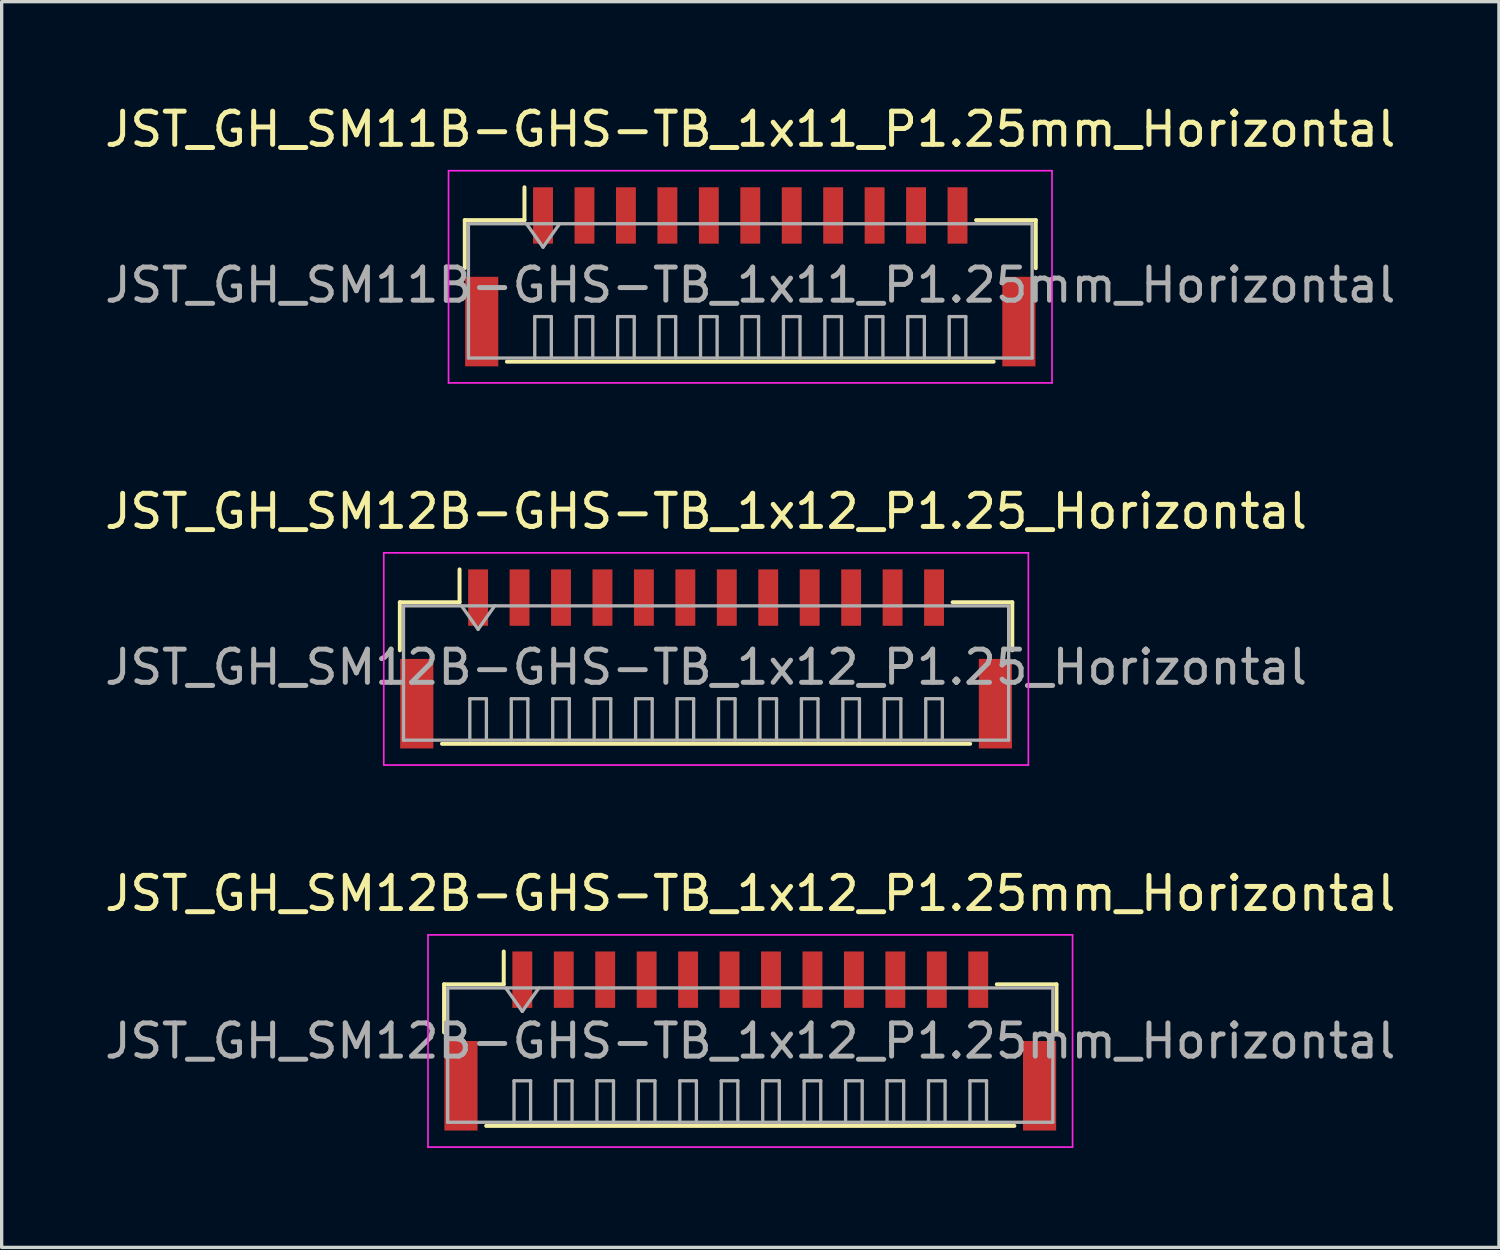
<source format=kicad_pcb>
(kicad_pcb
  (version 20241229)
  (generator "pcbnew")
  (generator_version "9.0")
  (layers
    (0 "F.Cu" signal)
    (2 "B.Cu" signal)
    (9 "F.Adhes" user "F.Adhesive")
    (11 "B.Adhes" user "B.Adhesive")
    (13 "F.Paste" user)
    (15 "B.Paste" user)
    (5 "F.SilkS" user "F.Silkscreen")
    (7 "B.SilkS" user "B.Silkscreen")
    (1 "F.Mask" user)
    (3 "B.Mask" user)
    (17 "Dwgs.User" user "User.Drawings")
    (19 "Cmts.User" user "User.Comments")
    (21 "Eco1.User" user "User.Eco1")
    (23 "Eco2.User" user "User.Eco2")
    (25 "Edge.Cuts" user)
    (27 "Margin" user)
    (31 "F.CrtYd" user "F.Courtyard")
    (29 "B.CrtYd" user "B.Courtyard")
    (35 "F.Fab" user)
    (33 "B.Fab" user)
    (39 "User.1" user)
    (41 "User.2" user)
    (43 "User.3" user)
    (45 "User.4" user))
  (footprint "JST_GH_SM11B-GHS-TB_1x11_P1.25mm_Horizontal"
    (layer "F.Cu")
    (at 19.577 5.048)
    (property "Reference" "JST_GH_SM11B-GHS-TB_1x11_P1.25mm_Horizontal" (at 0 -4.2 0) (layer "F.SilkS") (effects (font (size 1 1) (thickness 0.15))))
    (attr smd)
    (fp_line (start -8.61 -1.46) (end -6.81 -1.46) (stroke (width 0.12) (type solid)) (layer "F.SilkS"))
    (fp_line (start -8.61 -0.01) (end -8.61 -1.46) (stroke (width 0.12) (type solid)) (layer "F.SilkS"))
    (fp_line (start -7.34 2.81) (end 7.34 2.81) (stroke (width 0.12) (type solid)) (layer "F.SilkS"))
    (fp_line (start -6.81 -1.46) (end -6.81 -2.45) (stroke (width 0.12) (type solid)) (layer "F.SilkS"))
    (fp_line (start 8.61 -1.46) (end 6.81 -1.46) (stroke (width 0.12) (type solid)) (layer "F.SilkS"))
    (fp_line (start 8.61 -0.01) (end 8.61 -1.46) (stroke (width 0.12) (type solid)) (layer "F.SilkS"))
    (fp_line (start -9.1 -2.95) (end -9.1 3.45) (stroke (width 0.05) (type solid)) (layer "F.CrtYd"))
    (fp_line (start -9.1 3.45) (end 9.1 3.45) (stroke (width 0.05) (type solid)) (layer "F.CrtYd"))
    (fp_line (start 9.1 -2.95) (end -9.1 -2.95) (stroke (width 0.05) (type solid)) (layer "F.CrtYd"))
    (fp_line (start 9.1 3.45) (end 9.1 -2.95) (stroke (width 0.05) (type solid)) (layer "F.CrtYd"))
    (fp_line (start -8.5 -1.35) (end -8.5 2.7) (stroke (width 0.1) (type solid)) (layer "F.Fab"))
    (fp_line (start -8.5 2.7) (end 8.5 2.7) (stroke (width 0.1) (type solid)) (layer "F.Fab"))
    (fp_line (start -6.75 -1.35) (end -6.25 -0.643) (stroke (width 0.1) (type solid)) (layer "F.Fab"))
    (fp_line (start -6.5 1.45) (end -6 1.45) (stroke (width 0.1) (type solid)) (layer "F.Fab"))
    (fp_line (start -6.5 2.7) (end -6.5 1.45) (stroke (width 0.1) (type solid)) (layer "F.Fab"))
    (fp_line (start -6.25 -0.643) (end -5.75 -1.35) (stroke (width 0.1) (type solid)) (layer "F.Fab"))
    (fp_line (start -6 1.45) (end -6 2.7) (stroke (width 0.1) (type solid)) (layer "F.Fab"))
    (fp_line (start -5.25 1.45) (end -4.75 1.45) (stroke (width 0.1) (type solid)) (layer "F.Fab"))
    (fp_line (start -5.25 2.7) (end -5.25 1.45) (stroke (width 0.1) (type solid)) (layer "F.Fab"))
    (fp_line (start -4.75 1.45) (end -4.75 2.7) (stroke (width 0.1) (type solid)) (layer "F.Fab"))
    (fp_line (start -4 1.45) (end -3.5 1.45) (stroke (width 0.1) (type solid)) (layer "F.Fab"))
    (fp_line (start -4 2.7) (end -4 1.45) (stroke (width 0.1) (type solid)) (layer "F.Fab"))
    (fp_line (start -3.5 1.45) (end -3.5 2.7) (stroke (width 0.1) (type solid)) (layer "F.Fab"))
    (fp_line (start -2.75 1.45) (end -2.25 1.45) (stroke (width 0.1) (type solid)) (layer "F.Fab"))
    (fp_line (start -2.75 2.7) (end -2.75 1.45) (stroke (width 0.1) (type solid)) (layer "F.Fab"))
    (fp_line (start -2.25 1.45) (end -2.25 2.7) (stroke (width 0.1) (type solid)) (layer "F.Fab"))
    (fp_line (start -1.5 1.45) (end -1 1.45) (stroke (width 0.1) (type solid)) (layer "F.Fab"))
    (fp_line (start -1.5 2.7) (end -1.5 1.45) (stroke (width 0.1) (type solid)) (layer "F.Fab"))
    (fp_line (start -1 1.45) (end -1 2.7) (stroke (width 0.1) (type solid)) (layer "F.Fab"))
    (fp_line (start -0.25 1.45) (end 0.25 1.45) (stroke (width 0.1) (type solid)) (layer "F.Fab"))
    (fp_line (start -0.25 2.7) (end -0.25 1.45) (stroke (width 0.1) (type solid)) (layer "F.Fab"))
    (fp_line (start 0.25 1.45) (end 0.25 2.7) (stroke (width 0.1) (type solid)) (layer "F.Fab"))
    (fp_line (start 1 1.45) (end 1.5 1.45) (stroke (width 0.1) (type solid)) (layer "F.Fab"))
    (fp_line (start 1 2.7) (end 1 1.45) (stroke (width 0.1) (type solid)) (layer "F.Fab"))
    (fp_line (start 1.5 1.45) (end 1.5 2.7) (stroke (width 0.1) (type solid)) (layer "F.Fab"))
    (fp_line (start 2.25 1.45) (end 2.75 1.45) (stroke (width 0.1) (type solid)) (layer "F.Fab"))
    (fp_line (start 2.25 2.7) (end 2.25 1.45) (stroke (width 0.1) (type solid)) (layer "F.Fab"))
    (fp_line (start 2.75 1.45) (end 2.75 2.7) (stroke (width 0.1) (type solid)) (layer "F.Fab"))
    (fp_line (start 3.5 1.45) (end 4 1.45) (stroke (width 0.1) (type solid)) (layer "F.Fab"))
    (fp_line (start 3.5 2.7) (end 3.5 1.45) (stroke (width 0.1) (type solid)) (layer "F.Fab"))
    (fp_line (start 4 1.45) (end 4 2.7) (stroke (width 0.1) (type solid)) (layer "F.Fab"))
    (fp_line (start 4.75 1.45) (end 5.25 1.45) (stroke (width 0.1) (type solid)) (layer "F.Fab"))
    (fp_line (start 4.75 2.7) (end 4.75 1.45) (stroke (width 0.1) (type solid)) (layer "F.Fab"))
    (fp_line (start 5.25 1.45) (end 5.25 2.7) (stroke (width 0.1) (type solid)) (layer "F.Fab"))
    (fp_line (start 6 1.45) (end 6.5 1.45) (stroke (width 0.1) (type solid)) (layer "F.Fab"))
    (fp_line (start 6 2.7) (end 6 1.45) (stroke (width 0.1) (type solid)) (layer "F.Fab"))
    (fp_line (start 6.5 1.45) (end 6.5 2.7) (stroke (width 0.1) (type solid)) (layer "F.Fab"))
    (fp_line (start 8.5 -1.35) (end -8.5 -1.35) (stroke (width 0.1) (type solid)) (layer "F.Fab"))
    (fp_line (start 8.5 2.7) (end 8.5 -1.35) (stroke (width 0.1) (type solid)) (layer "F.Fab"))
    (fp_text user "${REFERENCE}" (at 0 0.5 0) (layer "F.Fab") (effects (font (size 1 1) (thickness 0.15))))
    (pad "" smd rect (at -8.1 1.6) (size 1 2.7) (layers "F.Cu" "F.Mask" "F.Paste"))
    (pad "" smd rect (at 8.1 1.6) (size 1 2.7) (layers "F.Cu" "F.Mask" "F.Paste"))
    (pad "1" smd rect (at -6.25 -1.6) (size 0.6 1.7) (layers "F.Cu" "F.Mask" "F.Paste"))
    (pad "2" smd rect (at -5 -1.6) (size 0.6 1.7) (layers "F.Cu" "F.Mask" "F.Paste"))
    (pad "3" smd rect (at -3.75 -1.6) (size 0.6 1.7) (layers "F.Cu" "F.Mask" "F.Paste"))
    (pad "4" smd rect (at -2.5 -1.6) (size 0.6 1.7) (layers "F.Cu" "F.Mask" "F.Paste"))
    (pad "5" smd rect (at -1.25 -1.6) (size 0.6 1.7) (layers "F.Cu" "F.Mask" "F.Paste"))
    (pad "6" smd rect (at 0 -1.6) (size 0.6 1.7) (layers "F.Cu" "F.Mask" "F.Paste"))
    (pad "7" smd rect (at 1.25 -1.6) (size 0.6 1.7) (layers "F.Cu" "F.Mask" "F.Paste"))
    (pad "8" smd rect (at 2.5 -1.6) (size 0.6 1.7) (layers "F.Cu" "F.Mask" "F.Paste"))
    (pad "9" smd rect (at 3.75 -1.6) (size 0.6 1.7) (layers "F.Cu" "F.Mask" "F.Paste"))
    (pad "10" smd rect (at 5 -1.6) (size 0.6 1.7) (layers "F.Cu" "F.Mask" "F.Paste"))
    (pad "11" smd rect (at 6.25 -1.6) (size 0.6 1.7) (layers "F.Cu" "F.Mask" "F.Paste")))
  (footprint "JST_GH_SM12B-GHS-TB_1x12_P1.25_Horizontal"
    (layer "F.Cu")
    (at 18.244 16.572)
    (property "Reference" "JST_GH_SM12B-GHS-TB_1x12_P1.25_Horizontal" (at 0 -4.2 0) (layer "F.SilkS") (effects (font (size 1 1) (thickness 0.15))))
    (attr smd)
    (fp_line (start -9.235 -1.46) (end -7.435 -1.46) (stroke (width 0.12) (type solid)) (layer "F.SilkS"))
    (fp_line (start -9.235 -0.01) (end -9.235 -1.46) (stroke (width 0.12) (type solid)) (layer "F.SilkS"))
    (fp_line (start -7.965 2.81) (end 7.965 2.81) (stroke (width 0.12) (type solid)) (layer "F.SilkS"))
    (fp_line (start -7.435 -1.46) (end -7.435 -2.45) (stroke (width 0.12) (type solid)) (layer "F.SilkS"))
    (fp_line (start 9.235 -1.46) (end 7.435 -1.46) (stroke (width 0.12) (type solid)) (layer "F.SilkS"))
    (fp_line (start 9.235 -0.01) (end 9.235 -1.46) (stroke (width 0.12) (type solid)) (layer "F.SilkS"))
    (fp_line (start -9.72 -2.95) (end -9.72 3.45) (stroke (width 0.05) (type solid)) (layer "F.CrtYd"))
    (fp_line (start -9.72 3.45) (end 9.72 3.45) (stroke (width 0.05) (type solid)) (layer "F.CrtYd"))
    (fp_line (start 9.72 -2.95) (end -9.72 -2.95) (stroke (width 0.05) (type solid)) (layer "F.CrtYd"))
    (fp_line (start 9.72 3.45) (end 9.72 -2.95) (stroke (width 0.05) (type solid)) (layer "F.CrtYd"))
    (fp_line (start -9.125 -1.35) (end -9.125 2.7) (stroke (width 0.1) (type solid)) (layer "F.Fab"))
    (fp_line (start -9.125 2.7) (end 9.125 2.7) (stroke (width 0.1) (type solid)) (layer "F.Fab"))
    (fp_line (start -7.375 -1.35) (end -6.875 -0.643) (stroke (width 0.1) (type solid)) (layer "F.Fab"))
    (fp_line (start -7.125 1.45) (end -6.625 1.45) (stroke (width 0.1) (type solid)) (layer "F.Fab"))
    (fp_line (start -7.125 2.7) (end -7.125 1.45) (stroke (width 0.1) (type solid)) (layer "F.Fab"))
    (fp_line (start -6.875 -0.643) (end -6.375 -1.35) (stroke (width 0.1) (type solid)) (layer "F.Fab"))
    (fp_line (start -6.625 1.45) (end -6.625 2.7) (stroke (width 0.1) (type solid)) (layer "F.Fab"))
    (fp_line (start -5.875 1.45) (end -5.375 1.45) (stroke (width 0.1) (type solid)) (layer "F.Fab"))
    (fp_line (start -5.875 2.7) (end -5.875 1.45) (stroke (width 0.1) (type solid)) (layer "F.Fab"))
    (fp_line (start -5.375 1.45) (end -5.375 2.7) (stroke (width 0.1) (type solid)) (layer "F.Fab"))
    (fp_line (start -4.625 1.45) (end -4.125 1.45) (stroke (width 0.1) (type solid)) (layer "F.Fab"))
    (fp_line (start -4.625 2.7) (end -4.625 1.45) (stroke (width 0.1) (type solid)) (layer "F.Fab"))
    (fp_line (start -4.125 1.45) (end -4.125 2.7) (stroke (width 0.1) (type solid)) (layer "F.Fab"))
    (fp_line (start -3.375 1.45) (end -2.875 1.45) (stroke (width 0.1) (type solid)) (layer "F.Fab"))
    (fp_line (start -3.375 2.7) (end -3.375 1.45) (stroke (width 0.1) (type solid)) (layer "F.Fab"))
    (fp_line (start -2.875 1.45) (end -2.875 2.7) (stroke (width 0.1) (type solid)) (layer "F.Fab"))
    (fp_line (start -2.125 1.45) (end -1.625 1.45) (stroke (width 0.1) (type solid)) (layer "F.Fab"))
    (fp_line (start -2.125 2.7) (end -2.125 1.45) (stroke (width 0.1) (type solid)) (layer "F.Fab"))
    (fp_line (start -1.625 1.45) (end -1.625 2.7) (stroke (width 0.1) (type solid)) (layer "F.Fab"))
    (fp_line (start -0.875 1.45) (end -0.375 1.45) (stroke (width 0.1) (type solid)) (layer "F.Fab"))
    (fp_line (start -0.875 2.7) (end -0.875 1.45) (stroke (width 0.1) (type solid)) (layer "F.Fab"))
    (fp_line (start -0.375 1.45) (end -0.375 2.7) (stroke (width 0.1) (type solid)) (layer "F.Fab"))
    (fp_line (start 0.375 1.45) (end 0.875 1.45) (stroke (width 0.1) (type solid)) (layer "F.Fab"))
    (fp_line (start 0.375 2.7) (end 0.375 1.45) (stroke (width 0.1) (type solid)) (layer "F.Fab"))
    (fp_line (start 0.875 1.45) (end 0.875 2.7) (stroke (width 0.1) (type solid)) (layer "F.Fab"))
    (fp_line (start 1.625 1.45) (end 2.125 1.45) (stroke (width 0.1) (type solid)) (layer "F.Fab"))
    (fp_line (start 1.625 2.7) (end 1.625 1.45) (stroke (width 0.1) (type solid)) (layer "F.Fab"))
    (fp_line (start 2.125 1.45) (end 2.125 2.7) (stroke (width 0.1) (type solid)) (layer "F.Fab"))
    (fp_line (start 2.875 1.45) (end 3.375 1.45) (stroke (width 0.1) (type solid)) (layer "F.Fab"))
    (fp_line (start 2.875 2.7) (end 2.875 1.45) (stroke (width 0.1) (type solid)) (layer "F.Fab"))
    (fp_line (start 3.375 1.45) (end 3.375 2.7) (stroke (width 0.1) (type solid)) (layer "F.Fab"))
    (fp_line (start 4.125 1.45) (end 4.625 1.45) (stroke (width 0.1) (type solid)) (layer "F.Fab"))
    (fp_line (start 4.125 2.7) (end 4.125 1.45) (stroke (width 0.1) (type solid)) (layer "F.Fab"))
    (fp_line (start 4.625 1.45) (end 4.625 2.7) (stroke (width 0.1) (type solid)) (layer "F.Fab"))
    (fp_line (start 5.375 1.45) (end 5.875 1.45) (stroke (width 0.1) (type solid)) (layer "F.Fab"))
    (fp_line (start 5.375 2.7) (end 5.375 1.45) (stroke (width 0.1) (type solid)) (layer "F.Fab"))
    (fp_line (start 5.875 1.45) (end 5.875 2.7) (stroke (width 0.1) (type solid)) (layer "F.Fab"))
    (fp_line (start 6.625 1.45) (end 7.125 1.45) (stroke (width 0.1) (type solid)) (layer "F.Fab"))
    (fp_line (start 6.625 2.7) (end 6.625 1.45) (stroke (width 0.1) (type solid)) (layer "F.Fab"))
    (fp_line (start 7.125 1.45) (end 7.125 2.7) (stroke (width 0.1) (type solid)) (layer "F.Fab"))
    (fp_line (start 9.125 -1.35) (end -9.125 -1.35) (stroke (width 0.1) (type solid)) (layer "F.Fab"))
    (fp_line (start 9.125 2.7) (end 9.125 -1.35) (stroke (width 0.1) (type solid)) (layer "F.Fab"))
    (fp_text user "${REFERENCE}" (at 0 0.5 0) (layer "F.Fab") (effects (font (size 1 1) (thickness 0.15))))
    (pad "" smd rect (at -8.725 1.6) (size 1 2.7) (layers "F.Cu" "F.Mask" "F.Paste"))
    (pad "" smd rect (at 8.725 1.6) (size 1 2.7) (layers "F.Cu" "F.Mask" "F.Paste"))
    (pad "1" smd rect (at -6.875 -1.6) (size 0.6 1.7) (layers "F.Cu" "F.Mask" "F.Paste"))
    (pad "2" smd rect (at -5.625 -1.6) (size 0.6 1.7) (layers "F.Cu" "F.Mask" "F.Paste"))
    (pad "3" smd rect (at -4.375 -1.6) (size 0.6 1.7) (layers "F.Cu" "F.Mask" "F.Paste"))
    (pad "4" smd rect (at -3.125 -1.6) (size 0.6 1.7) (layers "F.Cu" "F.Mask" "F.Paste"))
    (pad "5" smd rect (at -1.875 -1.6) (size 0.6 1.7) (layers "F.Cu" "F.Mask" "F.Paste"))
    (pad "6" smd rect (at -0.625 -1.6) (size 0.6 1.7) (layers "F.Cu" "F.Mask" "F.Paste"))
    (pad "7" smd rect (at 0.625 -1.6) (size 0.6 1.7) (layers "F.Cu" "F.Mask" "F.Paste"))
    (pad "8" smd rect (at 1.875 -1.6) (size 0.6 1.7) (layers "F.Cu" "F.Mask" "F.Paste"))
    (pad "9" smd rect (at 3.125 -1.6) (size 0.6 1.7) (layers "F.Cu" "F.Mask" "F.Paste"))
    (pad "10" smd rect (at 4.375 -1.6) (size 0.6 1.7) (layers "F.Cu" "F.Mask" "F.Paste"))
    (pad "11" smd rect (at 5.625 -1.6) (size 0.6 1.7) (layers "F.Cu" "F.Mask" "F.Paste"))
    (pad "12" smd rect (at 6.875 -1.6) (size 0.6 1.7) (layers "F.Cu" "F.Mask" "F.Paste")))
  (footprint "JST_GH_SM12B-GHS-TB_1x12_P1.25mm_Horizontal"
    (layer "F.Cu")
    (at 19.577 28.345)
    (property "Reference" "JST_GH_SM12B-GHS-TB_1x12_P1.25mm_Horizontal" (at 0 -4.45 0) (layer "F.SilkS") (effects (font (size 1 1) (thickness 0.15))))
    (attr smd)
    (fp_line (start -9.235 -1.71) (end -7.435 -1.71) (stroke (width 0.12) (type solid)) (layer "F.SilkS"))
    (fp_line (start -9.235 -0.26) (end -9.235 -1.71) (stroke (width 0.12) (type solid)) (layer "F.SilkS"))
    (fp_line (start -7.965 2.56) (end 7.965 2.56) (stroke (width 0.12) (type solid)) (layer "F.SilkS"))
    (fp_line (start -7.435 -1.71) (end -7.435 -2.7) (stroke (width 0.12) (type solid)) (layer "F.SilkS"))
    (fp_line (start 9.235 -1.71) (end 7.435 -1.71) (stroke (width 0.12) (type solid)) (layer "F.SilkS"))
    (fp_line (start 9.235 -0.26) (end 9.235 -1.71) (stroke (width 0.12) (type solid)) (layer "F.SilkS"))
    (fp_line (start -9.72 -3.2) (end -9.72 3.2) (stroke (width 0.05) (type solid)) (layer "F.CrtYd"))
    (fp_line (start -9.72 3.2) (end 9.72 3.2) (stroke (width 0.05) (type solid)) (layer "F.CrtYd"))
    (fp_line (start 9.72 -3.2) (end -9.72 -3.2) (stroke (width 0.05) (type solid)) (layer "F.CrtYd"))
    (fp_line (start 9.72 3.2) (end 9.72 -3.2) (stroke (width 0.05) (type solid)) (layer "F.CrtYd"))
    (fp_line (start -9.125 -1.6) (end -9.125 2.45) (stroke (width 0.1) (type solid)) (layer "F.Fab"))
    (fp_line (start -9.125 2.45) (end 9.125 2.45) (stroke (width 0.1) (type solid)) (layer "F.Fab"))
    (fp_line (start -7.375 -1.6) (end -6.875 -0.893) (stroke (width 0.1) (type solid)) (layer "F.Fab"))
    (fp_line (start -7.125 1.2) (end -6.625 1.2) (stroke (width 0.1) (type solid)) (layer "F.Fab"))
    (fp_line (start -7.125 2.45) (end -7.125 1.2) (stroke (width 0.1) (type solid)) (layer "F.Fab"))
    (fp_line (start -6.875 -0.893) (end -6.375 -1.6) (stroke (width 0.1) (type solid)) (layer "F.Fab"))
    (fp_line (start -6.625 1.2) (end -6.625 2.45) (stroke (width 0.1) (type solid)) (layer "F.Fab"))
    (fp_line (start -5.875 1.2) (end -5.375 1.2) (stroke (width 0.1) (type solid)) (layer "F.Fab"))
    (fp_line (start -5.875 2.45) (end -5.875 1.2) (stroke (width 0.1) (type solid)) (layer "F.Fab"))
    (fp_line (start -5.375 1.2) (end -5.375 2.45) (stroke (width 0.1) (type solid)) (layer "F.Fab"))
    (fp_line (start -4.625 1.2) (end -4.125 1.2) (stroke (width 0.1) (type solid)) (layer "F.Fab"))
    (fp_line (start -4.625 2.45) (end -4.625 1.2) (stroke (width 0.1) (type solid)) (layer "F.Fab"))
    (fp_line (start -4.125 1.2) (end -4.125 2.45) (stroke (width 0.1) (type solid)) (layer "F.Fab"))
    (fp_line (start -3.375 1.2) (end -2.875 1.2) (stroke (width 0.1) (type solid)) (layer "F.Fab"))
    (fp_line (start -3.375 2.45) (end -3.375 1.2) (stroke (width 0.1) (type solid)) (layer "F.Fab"))
    (fp_line (start -2.875 1.2) (end -2.875 2.45) (stroke (width 0.1) (type solid)) (layer "F.Fab"))
    (fp_line (start -2.125 1.2) (end -1.625 1.2) (stroke (width 0.1) (type solid)) (layer "F.Fab"))
    (fp_line (start -2.125 2.45) (end -2.125 1.2) (stroke (width 0.1) (type solid)) (layer "F.Fab"))
    (fp_line (start -1.625 1.2) (end -1.625 2.45) (stroke (width 0.1) (type solid)) (layer "F.Fab"))
    (fp_line (start -0.875 1.2) (end -0.375 1.2) (stroke (width 0.1) (type solid)) (layer "F.Fab"))
    (fp_line (start -0.875 2.45) (end -0.875 1.2) (stroke (width 0.1) (type solid)) (layer "F.Fab"))
    (fp_line (start -0.375 1.2) (end -0.375 2.45) (stroke (width 0.1) (type solid)) (layer "F.Fab"))
    (fp_line (start 0.375 1.2) (end 0.875 1.2) (stroke (width 0.1) (type solid)) (layer "F.Fab"))
    (fp_line (start 0.375 2.45) (end 0.375 1.2) (stroke (width 0.1) (type solid)) (layer "F.Fab"))
    (fp_line (start 0.875 1.2) (end 0.875 2.45) (stroke (width 0.1) (type solid)) (layer "F.Fab"))
    (fp_line (start 1.625 1.2) (end 2.125 1.2) (stroke (width 0.1) (type solid)) (layer "F.Fab"))
    (fp_line (start 1.625 2.45) (end 1.625 1.2) (stroke (width 0.1) (type solid)) (layer "F.Fab"))
    (fp_line (start 2.125 1.2) (end 2.125 2.45) (stroke (width 0.1) (type solid)) (layer "F.Fab"))
    (fp_line (start 2.875 1.2) (end 3.375 1.2) (stroke (width 0.1) (type solid)) (layer "F.Fab"))
    (fp_line (start 2.875 2.45) (end 2.875 1.2) (stroke (width 0.1) (type solid)) (layer "F.Fab"))
    (fp_line (start 3.375 1.2) (end 3.375 2.45) (stroke (width 0.1) (type solid)) (layer "F.Fab"))
    (fp_line (start 4.125 1.2) (end 4.625 1.2) (stroke (width 0.1) (type solid)) (layer "F.Fab"))
    (fp_line (start 4.125 2.45) (end 4.125 1.2) (stroke (width 0.1) (type solid)) (layer "F.Fab"))
    (fp_line (start 4.625 1.2) (end 4.625 2.45) (stroke (width 0.1) (type solid)) (layer "F.Fab"))
    (fp_line (start 5.375 1.2) (end 5.875 1.2) (stroke (width 0.1) (type solid)) (layer "F.Fab"))
    (fp_line (start 5.375 2.45) (end 5.375 1.2) (stroke (width 0.1) (type solid)) (layer "F.Fab"))
    (fp_line (start 5.875 1.2) (end 5.875 2.45) (stroke (width 0.1) (type solid)) (layer "F.Fab"))
    (fp_line (start 6.625 1.2) (end 7.125 1.2) (stroke (width 0.1) (type solid)) (layer "F.Fab"))
    (fp_line (start 6.625 2.45) (end 6.625 1.2) (stroke (width 0.1) (type solid)) (layer "F.Fab"))
    (fp_line (start 7.125 1.2) (end 7.125 2.45) (stroke (width 0.1) (type solid)) (layer "F.Fab"))
    (fp_line (start 9.125 -1.6) (end -9.125 -1.6) (stroke (width 0.1) (type solid)) (layer "F.Fab"))
    (fp_line (start 9.125 2.45) (end 9.125 -1.6) (stroke (width 0.1) (type solid)) (layer "F.Fab"))
    (fp_text user "${REFERENCE}" (at 0 0 0) (layer "F.Fab") (effects (font (size 1 1) (thickness 0.15))))
    (pad "" smd rect (at -8.725 1.35) (size 1 2.7) (layers "F.Cu" "F.Mask" "F.Paste"))
    (pad "" smd rect (at 8.725 1.35) (size 1 2.7) (layers "F.Cu" "F.Mask" "F.Paste"))
    (pad "1" smd rect (at -6.875 -1.85) (size 0.6 1.7) (layers "F.Cu" "F.Mask" "F.Paste"))
    (pad "2" smd rect (at -5.625 -1.85) (size 0.6 1.7) (layers "F.Cu" "F.Mask" "F.Paste"))
    (pad "3" smd rect (at -4.375 -1.85) (size 0.6 1.7) (layers "F.Cu" "F.Mask" "F.Paste"))
    (pad "4" smd rect (at -3.125 -1.85) (size 0.6 1.7) (layers "F.Cu" "F.Mask" "F.Paste"))
    (pad "5" smd rect (at -1.875 -1.85) (size 0.6 1.7) (layers "F.Cu" "F.Mask" "F.Paste"))
    (pad "6" smd rect (at -0.625 -1.85) (size 0.6 1.7) (layers "F.Cu" "F.Mask" "F.Paste"))
    (pad "7" smd rect (at 0.625 -1.85) (size 0.6 1.7) (layers "F.Cu" "F.Mask" "F.Paste"))
    (pad "8" smd rect (at 1.875 -1.85) (size 0.6 1.7) (layers "F.Cu" "F.Mask" "F.Paste"))
    (pad "9" smd rect (at 3.125 -1.85) (size 0.6 1.7) (layers "F.Cu" "F.Mask" "F.Paste"))
    (pad "10" smd rect (at 4.375 -1.85) (size 0.6 1.7) (layers "F.Cu" "F.Mask" "F.Paste"))
    (pad "11" smd rect (at 5.625 -1.85) (size 0.6 1.7) (layers "F.Cu" "F.Mask" "F.Paste"))
    (pad "12" smd rect (at 6.875 -1.85) (size 0.6 1.7) (layers "F.Cu" "F.Mask" "F.Paste")))
  (gr_rect
    (start -3 -3)
    (end 42.155 34.57)
    (stroke (width 0.1) (type default))
    (fill no)
    (layer "Edge.Cuts")))
</source>
